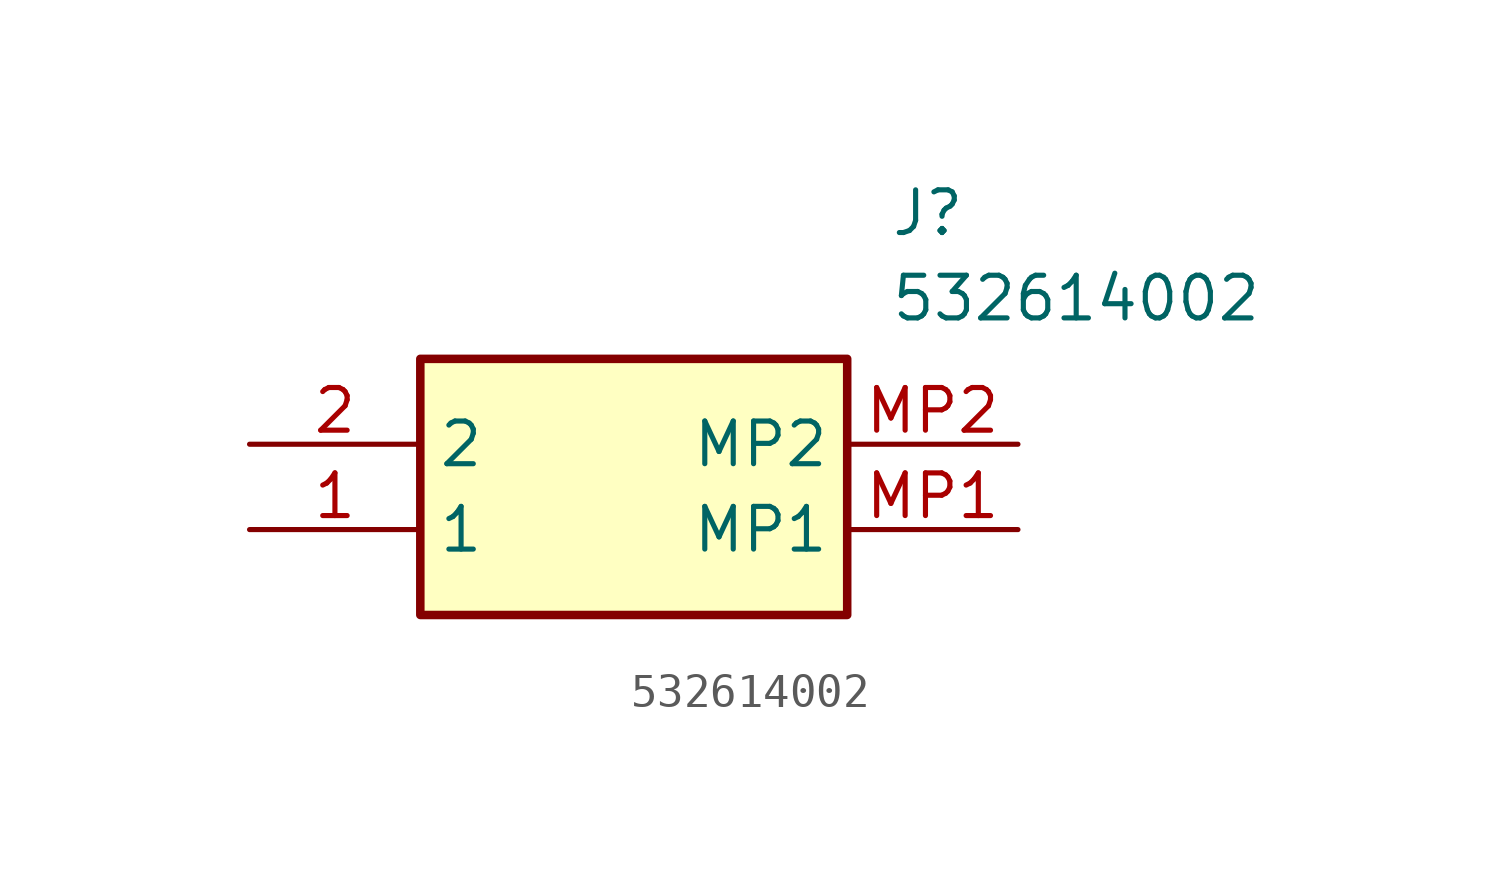
<source format=kicad_sym>
(kicad_symbol_lib
  (version 20211014)
  (generator SamacSys_ECAD_Model)
  (symbol "532614002"
    (property "Reference" "J"
      (at 19.05 7.62 0)
      (effects (font (size 1.27 1.27)) (justify left top)))
    (property "Value" "532614002"
      (at 19.05 5.08 0)
      (effects (font (size 1.27 1.27)) (justify left top)))
    (rectangle
      (start 5.08 2.54)
      (end 17.78 -5.08)
      (stroke (width 0.254) (type default))
      (fill (type background)))
    (pin passive line
      (at 0 -2.54 0)
      (length 5.08)
      (name "1" (effects (font (size 1.27 1.27))))
      (number "1" (effects (font (size 1.27 1.27)))))
    (pin passive line
      (at 0 0 0)
      (length 5.08)
      (name "2" (effects (font (size 1.27 1.27))))
      (number "2" (effects (font (size 1.27 1.27)))))
    (pin passive line
      (at 22.86 -2.54 180)
      (length 5.08)
      (name "MP1" (effects (font (size 1.27 1.27))))
      (number "MP1" (effects (font (size 1.27 1.27)))))
    (pin passive line
      (at 22.86 0 180)
      (length 5.08)
      (name "MP2" (effects (font (size 1.27 1.27))))
      (number "MP2" (effects (font (size 1.27 1.27)))))))
</source>
